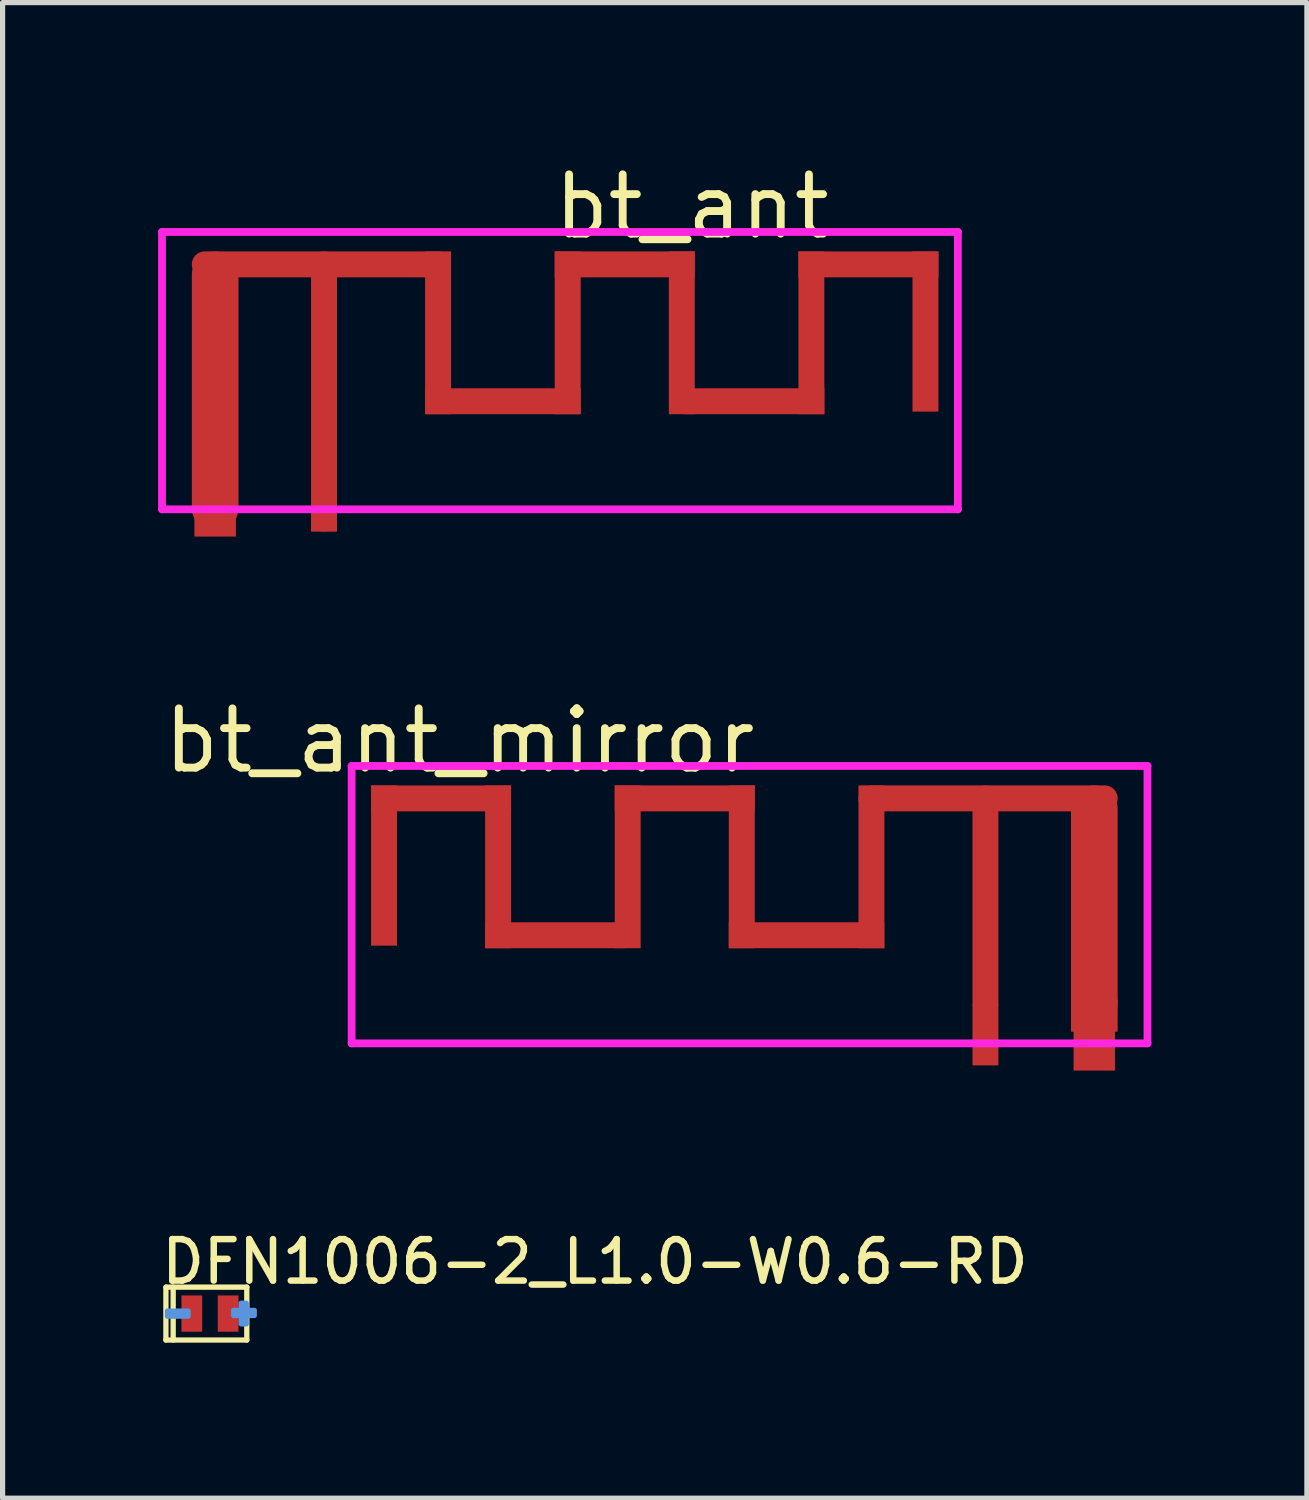
<source format=kicad_pcb>
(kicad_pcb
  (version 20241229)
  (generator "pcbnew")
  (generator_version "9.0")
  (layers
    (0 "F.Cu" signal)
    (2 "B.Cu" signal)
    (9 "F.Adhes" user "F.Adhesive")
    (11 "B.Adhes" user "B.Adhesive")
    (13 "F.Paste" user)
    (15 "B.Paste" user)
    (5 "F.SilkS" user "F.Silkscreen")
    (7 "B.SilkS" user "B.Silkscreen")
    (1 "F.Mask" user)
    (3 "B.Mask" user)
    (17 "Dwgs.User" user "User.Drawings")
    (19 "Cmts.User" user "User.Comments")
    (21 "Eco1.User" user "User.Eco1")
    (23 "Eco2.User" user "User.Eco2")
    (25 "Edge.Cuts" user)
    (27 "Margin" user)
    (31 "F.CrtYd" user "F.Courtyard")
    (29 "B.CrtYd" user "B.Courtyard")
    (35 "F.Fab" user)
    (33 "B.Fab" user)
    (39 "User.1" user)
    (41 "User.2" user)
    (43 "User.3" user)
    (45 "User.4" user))
  (footprint "DFN1006-2_L1.0-W0.6-RD"
    (layer "F.Cu")
    (at 1 22.286)
    (property "Reference" "DFN1006-2_L1.0-W0.6-RD" (at -1 -1 0) (layer "F.SilkS") (effects (font (size 0.8 0.8) (thickness 0.125)) (justify left)))
    (attr smd)
    (fp_line (start -0.85 -0.51) (end -0.85 0.51) (stroke (width 0.102) (type solid)) (layer "F.SilkS"))
    (fp_line (start -0.85 -0.51) (end 0.71 -0.51) (stroke (width 0.102) (type solid)) (layer "F.SilkS"))
    (fp_line (start -0.85 0.51) (end 0.71 0.51) (stroke (width 0.102) (type solid)) (layer "F.SilkS"))
    (fp_line (start -0.71 -0.51) (end -0.71 0.51) (stroke (width 0.102) (type solid)) (layer "F.SilkS"))
    (fp_line (start 0.71 -0.51) (end 0.71 0.51) (stroke (width 0.102) (type solid)) (layer "F.SilkS"))
    (fp_poly (pts (xy -0.821 -0.049) (xy -0.421 -0.049) (xy -0.421 0.051) (xy -0.821 0.051) (xy -0.821 -0.049)) (stroke (width 0.1) (type solid)) (fill no) (layer "Cmts.User"))
    (fp_poly (pts (xy 0.455 -0.062) (xy 0.855 -0.062) (xy 0.855 0.038) (xy 0.455 0.038) (xy 0.455 -0.062)) (stroke (width 0.1) (type solid)) (fill no) (layer "Cmts.User"))
    (fp_poly (pts (xy 0.6 0.2) (xy 0.6 -0.2) (xy 0.7 -0.2) (xy 0.7 0.2) (xy 0.6 0.2)) (stroke (width 0.1) (type solid)) (fill no) (layer "Cmts.User"))
    (pad "1" smd rect (at -0.35 0) (size 0.4 0.7) (layers "F.Cu" "F.Mask" "F.Paste"))
    (pad "2" smd rect (at 0.35 0) (size 0.4 0.7) (layers "F.Cu" "F.Mask" "F.Paste")))
  (footprint "bt_ant"
    (layer "F.Cu")
    (at 7.85 4.499)
    (property "Reference" "bt_ant" (at -0.296 -3.564 0) (layer "F.SilkS") (effects (font (size 1.143 1.143) (thickness 0.152)) (justify left)))
    (attr smd)
    (fp_line (start -6.95 -2.45) (end -2.45 -2.45) (stroke (width 0.5) (type solid)) (layer "F.Cu"))
    (fp_line (start -6.75 2.25) (end -6.75 -2.25) (stroke (width 0.9) (type solid)) (layer "F.Cu"))
    (fp_line (start -4.65 2.45) (end -4.65 -2.45) (stroke (width 0.5) (type solid)) (layer "F.Cu"))
    (fp_poly (pts (xy -2.201 0.44) (xy -2.201 -2.7) (xy -2.701 -2.7) (xy -2.701 0.44)) (stroke (width 0) (type solid)) (fill yes) (layer "F.Cu"))
    (fp_poly (pts (xy 0.3 0.44) (xy 0.3 -2.7) (xy -0.201 -2.7) (xy -0.201 0.44)) (stroke (width 0) (type solid)) (fill yes) (layer "F.Cu"))
    (fp_poly (pts (xy 0.301 0.44) (xy 0.301 -0.06) (xy -2.699 -0.06) (xy -2.699 0.44)) (stroke (width 0) (type solid)) (fill yes) (layer "F.Cu"))
    (fp_poly (pts (xy 2.299 -0.06) (xy 2.299 0.44) (xy 5 0.44) (xy 5 -0.06)) (stroke (width 0) (type solid)) (fill yes) (layer "F.Cu"))
    (fp_poly (pts (xy 2.5 -2.2) (xy 2.5 -2.7) (xy -0.201 -2.7) (xy -0.201 -2.2)) (stroke (width 0) (type solid)) (fill yes) (layer "F.Cu"))
    (fp_poly (pts (xy 2.5 0.44) (xy 2.5 -2.7) (xy 2 -2.7) (xy 2 0.44)) (stroke (width 0) (type solid)) (fill yes) (layer "F.Cu"))
    (fp_poly (pts (xy 5 0.44) (xy 5 -2.7) (xy 4.5 -2.7) (xy 4.5 0.44)) (stroke (width 0) (type solid)) (fill yes) (layer "F.Cu"))
    (fp_poly (pts (xy 7.2 -2.2) (xy 7.2 -2.699) (xy 4.5 -2.699) (xy 4.5 -2.2)) (stroke (width 0) (type solid)) (fill yes) (layer "F.Cu"))
    (fp_poly (pts (xy 7.2 0.39) (xy 7.2 -2.7) (xy 6.7 -2.7) (xy 6.7 0.39)) (stroke (width 0) (type solid)) (fill yes) (layer "F.Cu"))
    (fp_line (start -7.775 -3.075) (end -7.775 2.275) (stroke (width 0.15) (type solid)) (layer "F.CrtYd"))
    (fp_line (start -7.775 2.275) (end 7.575 2.275) (stroke (width 0.15) (type solid)) (layer "F.CrtYd"))
    (fp_line (start 7.575 -3.075) (end -7.775 -3.075) (stroke (width 0.15) (type solid)) (layer "F.CrtYd"))
    (fp_line (start 7.575 2.275) (end 7.575 -3.075) (stroke (width 0.15) (type solid)) (layer "F.CrtYd"))
    (pad "" smd rect (at -4.65 2.45 180) (size 0.5 0.5) (layers "F.Cu" "F.Mask" "F.Paste"))
    (pad "1" smd rect (at -4.65 2.45 180) (size 0.5 0.5) (layers "F.Cu" "F.Mask" "F.Paste"))
    (pad "2" smd rect (at -6.75 2.4) (size 0.8 0.8) (layers "F.Cu" "F.Mask" "F.Paste")))
  (footprint "bt_ant_mirror"
    (layer "F.Cu")
    (at 11.507 14.799)
    (property "Reference" "bt_ant_mirror" (at 0.096 -3.564 0) (layer "F.SilkS") (effects (font (size 1.143 1.143) (thickness 0.152)) (justify right)))
    (attr smd)
    (fp_line (start 4.45 1.5) (end 4.45 -2.45) (stroke (width 0.5) (type solid)) (layer "F.Cu"))
    (fp_line (start 6.55 1.5) (end 6.55 -2.25) (stroke (width 0.9) (type solid)) (layer "F.Cu"))
    (fp_line (start 6.75 -2.45) (end 2.25 -2.45) (stroke (width 0.5) (type solid)) (layer "F.Cu"))
    (fp_rect (start 4.7 1.52) (end 4.2 2.24) (stroke (width 0) (type default)) (fill yes) (layer "F.Cu"))
    (fp_rect (start 7 1.425) (end 6.1 2.05) (stroke (width 0) (type solid)) (fill yes) (layer "F.Cu"))
    (fp_poly (pts (xy -7.4 -2.2) (xy -7.4 -2.699) (xy -4.7 -2.699) (xy -4.7 -2.2)) (stroke (width 0) (type solid)) (fill yes) (layer "F.Cu"))
    (fp_poly (pts (xy -7.4 0.39) (xy -7.4 -2.7) (xy -6.9 -2.7) (xy -6.9 0.39)) (stroke (width 0) (type solid)) (fill yes) (layer "F.Cu"))
    (fp_poly (pts (xy -5.2 0.44) (xy -5.2 -2.7) (xy -4.7 -2.7) (xy -4.7 0.44)) (stroke (width 0) (type solid)) (fill yes) (layer "F.Cu"))
    (fp_poly (pts (xy -2.7 -2.2) (xy -2.7 -2.7) (xy 0.001 -2.7) (xy 0.001 -2.2)) (stroke (width 0) (type solid)) (fill yes) (layer "F.Cu"))
    (fp_poly (pts (xy -2.7 0.44) (xy -2.7 -2.7) (xy -2.2 -2.7) (xy -2.2 0.44)) (stroke (width 0) (type solid)) (fill yes) (layer "F.Cu"))
    (fp_poly (pts (xy -2.499 -0.06) (xy -2.499 0.44) (xy -5.2 0.44) (xy -5.2 -0.06)) (stroke (width 0) (type solid)) (fill yes) (layer "F.Cu"))
    (fp_poly (pts (xy -0.501 0.44) (xy -0.501 -0.06) (xy 2.499 -0.06) (xy 2.499 0.44)) (stroke (width 0) (type solid)) (fill yes) (layer "F.Cu"))
    (fp_poly (pts (xy -0.5 0.44) (xy -0.5 -2.7) (xy 0.001 -2.7) (xy 0.001 0.44)) (stroke (width 0) (type solid)) (fill yes) (layer "F.Cu"))
    (fp_poly (pts (xy 2.001 0.44) (xy 2.001 -2.7) (xy 2.501 -2.7) (xy 2.501 0.44)) (stroke (width 0) (type solid)) (fill yes) (layer "F.Cu"))
    (fp_line (start -7.775 -3.075) (end 7.575 -3.075) (stroke (width 0.15) (type solid)) (layer "F.CrtYd"))
    (fp_line (start -7.775 2.275) (end -7.775 -3.075) (stroke (width 0.15) (type solid)) (layer "F.CrtYd"))
    (fp_line (start 7.575 -3.075) (end 7.575 2.275) (stroke (width 0.15) (type solid)) (layer "F.CrtYd"))
    (fp_line (start 7.575 2.275) (end -7.775 2.275) (stroke (width 0.15) (type solid)) (layer "F.CrtYd"))
    (pad "1" smd rect (at 4.45 2.45 180) (size 0.5 0.5) (layers "F.Cu" "F.Mask" "F.Paste"))
    (pad "2" smd rect (at 6.55 2.4) (size 0.8 0.8) (layers "F.Cu" "F.Mask" "F.Paste")))
  (gr_rect
    (start -3 -3)
    (end 22.157 25.847)
    (stroke (width 0.1) (type default))
    (fill no)
    (layer "Edge.Cuts")))
</source>
